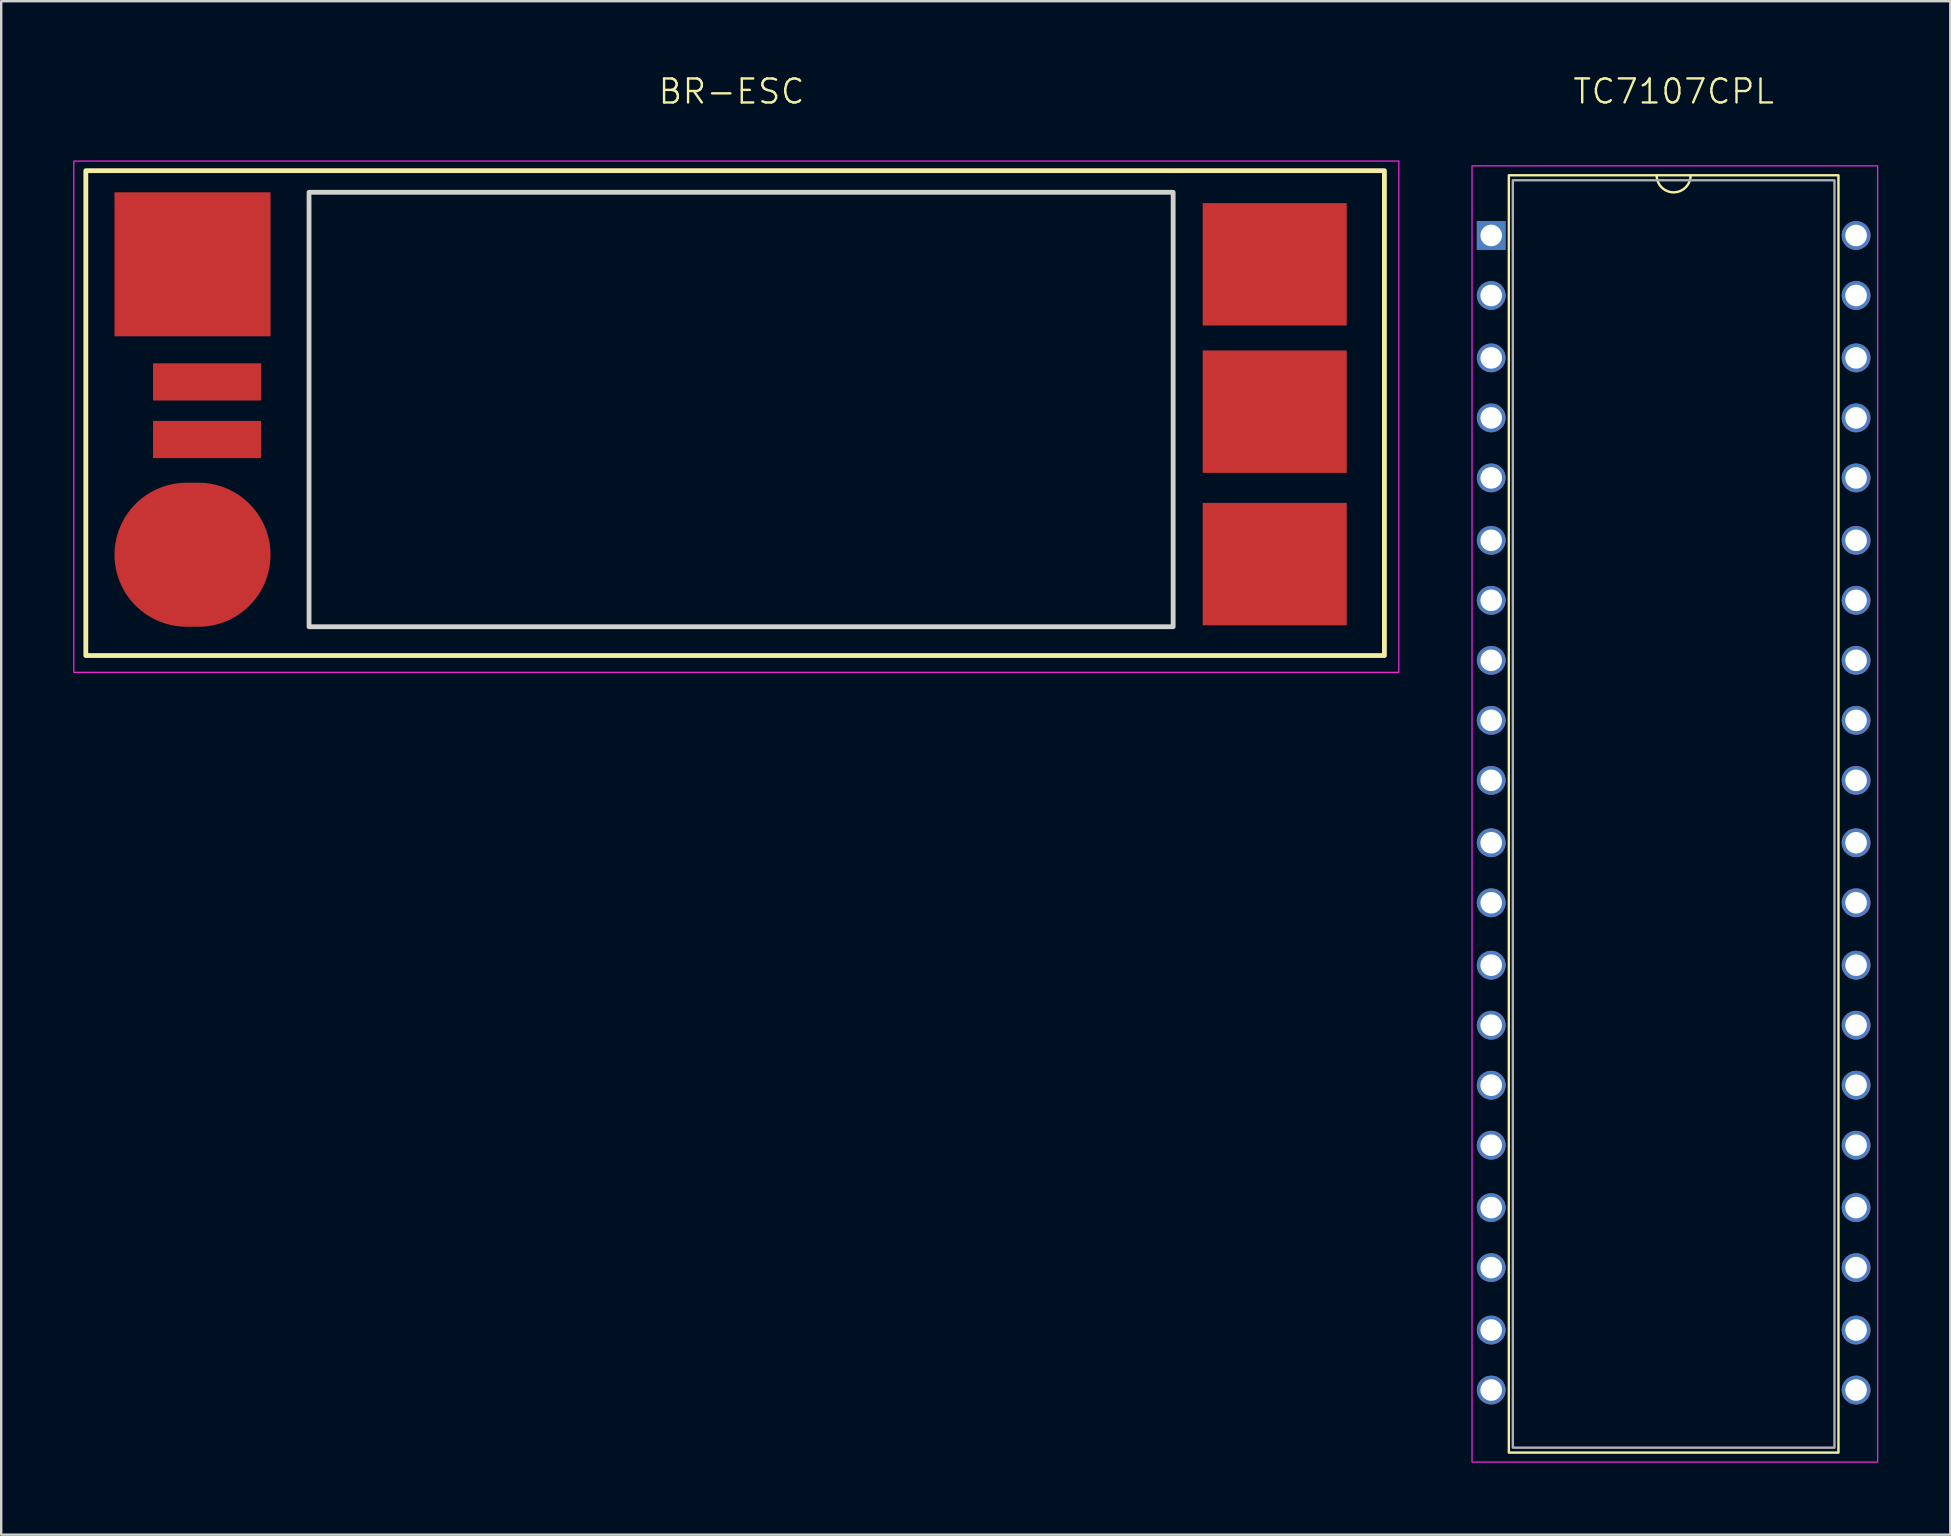
<source format=kicad_pcb>
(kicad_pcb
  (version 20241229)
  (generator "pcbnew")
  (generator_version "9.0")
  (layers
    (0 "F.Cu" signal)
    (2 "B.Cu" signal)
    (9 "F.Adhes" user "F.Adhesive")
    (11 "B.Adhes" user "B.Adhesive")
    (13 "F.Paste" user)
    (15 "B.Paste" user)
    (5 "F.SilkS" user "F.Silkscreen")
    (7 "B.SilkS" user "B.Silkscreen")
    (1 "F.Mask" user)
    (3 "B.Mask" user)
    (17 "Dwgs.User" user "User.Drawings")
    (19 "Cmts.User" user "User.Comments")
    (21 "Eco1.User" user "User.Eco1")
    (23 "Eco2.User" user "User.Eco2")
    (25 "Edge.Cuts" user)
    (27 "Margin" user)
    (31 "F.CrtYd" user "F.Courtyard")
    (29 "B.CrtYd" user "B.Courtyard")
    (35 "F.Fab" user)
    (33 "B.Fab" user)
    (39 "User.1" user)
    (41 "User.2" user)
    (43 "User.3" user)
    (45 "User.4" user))
  (footprint "TC7107CPL"
    (layer "F.Cu")
    (at 66.675 30.86)
    (property "Reference" "TC7107CPL" (at 0 -30.1 0) (unlocked yes) (layer "F.SilkS") (effects (font (size 1 1) (thickness 0.1))))
    (attr through_hole)
    (fp_rect (start -6.866 -26.607) (end 6.866 26.607) (stroke (width 0.1) (type solid)) (fill no) (layer "F.SilkS"))
    (fp_arc (start 0.706495 -26.603798) (mid 0 -25.9) (end -0.706495 -26.603798) (stroke (width 0.1) (type default)) (layer "F.SilkS"))
    (fp_rect (start 8.5 -27) (end -8.4 27) (stroke (width 0.05) (type default)) (fill no) (layer "F.CrtYd"))
    (fp_rect (start -6.7 26.4) (end 6.7 -26.4) (stroke (width 0.1) (type default)) (fill no) (layer "F.Fab"))
    (pad "1" thru_hole rect (at -7.6 -24.1) (size 1.2 1.2) (drill 0.9) (layers "*.Cu" "*.Mask"))
    (pad "2" thru_hole circle (at -7.6 -21.6) (size 1.2 1.2) (drill 0.9) (layers "*.Cu" "*.Mask"))
    (pad "3" thru_hole circle (at -7.6 -19) (size 1.2 1.2) (drill 0.9) (layers "*.Cu" "*.Mask"))
    (pad "4" thru_hole circle (at -7.6 -16.5) (size 1.2 1.2) (drill 0.9) (layers "*.Cu" "*.Mask"))
    (pad "5" thru_hole circle (at -7.6 -14) (size 1.2 1.2) (drill 0.9) (layers "*.Cu" "*.Mask"))
    (pad "6" thru_hole circle (at -7.6 -11.4) (size 1.2 1.2) (drill 0.9) (layers "*.Cu" "*.Mask"))
    (pad "7" thru_hole circle (at -7.6 -8.9) (size 1.2 1.2) (drill 0.9) (layers "*.Cu" "*.Mask"))
    (pad "8" thru_hole circle (at -7.6 -6.4) (size 1.2 1.2) (drill 0.9) (layers "*.Cu" "*.Mask"))
    (pad "9" thru_hole circle (at -7.6 -3.9) (size 1.2 1.2) (drill 0.9) (layers "*.Cu" "*.Mask"))
    (pad "10" thru_hole circle (at -7.6 -1.4) (size 1.2 1.2) (drill 0.9) (layers "*.Cu" "*.Mask"))
    (pad "11" thru_hole circle (at -7.6 1.2) (size 1.2 1.2) (drill 0.9) (layers "*.Cu" "*.Mask"))
    (pad "12" thru_hole circle (at -7.6 3.7) (size 1.2 1.2) (drill 0.9) (layers "*.Cu" "*.Mask"))
    (pad "13" thru_hole circle (at -7.6 6.3) (size 1.2 1.2) (drill 0.9) (layers "*.Cu" "*.Mask"))
    (pad "14" thru_hole circle (at -7.6 8.8) (size 1.2 1.2) (drill 0.9) (layers "*.Cu" "*.Mask"))
    (pad "15" thru_hole circle (at -7.6 11.3) (size 1.2 1.2) (drill 0.9) (layers "*.Cu" "*.Mask"))
    (pad "16" thru_hole circle (at -7.6 13.8) (size 1.2 1.2) (drill 0.9) (layers "*.Cu" "*.Mask"))
    (pad "17" thru_hole circle (at -7.6 16.4) (size 1.2 1.2) (drill 0.9) (layers "*.Cu" "*.Mask"))
    (pad "18" thru_hole circle (at -7.6 18.9) (size 1.2 1.2) (drill 0.9) (layers "*.Cu" "*.Mask"))
    (pad "19" thru_hole circle (at -7.6 21.5) (size 1.2 1.2) (drill 0.9) (layers "*.Cu" "*.Mask"))
    (pad "20" thru_hole circle (at -7.6 24) (size 1.2 1.2) (drill 0.9) (layers "*.Cu" "*.Mask"))
    (pad "21" thru_hole circle (at 7.6 24) (size 1.2 1.2) (drill 0.9) (layers "*.Cu" "*.Mask"))
    (pad "22" thru_hole circle (at 7.6 21.5) (size 1.2 1.2) (drill 0.9) (layers "*.Cu" "*.Mask"))
    (pad "23" thru_hole circle (at 7.6 18.9) (size 1.2 1.2) (drill 0.9) (layers "*.Cu" "*.Mask"))
    (pad "24" thru_hole circle (at 7.6 16.4) (size 1.2 1.2) (drill 0.9) (layers "*.Cu" "*.Mask"))
    (pad "25" thru_hole circle (at 7.6 13.8) (size 1.2 1.2) (drill 0.9) (layers "*.Cu" "*.Mask"))
    (pad "26" thru_hole circle (at 7.6 11.3) (size 1.2 1.2) (drill 0.9) (layers "*.Cu" "*.Mask"))
    (pad "27" thru_hole circle (at 7.6 8.8) (size 1.2 1.2) (drill 0.9) (layers "*.Cu" "*.Mask"))
    (pad "28" thru_hole circle (at 7.6 6.3) (size 1.2 1.2) (drill 0.9) (layers "*.Cu" "*.Mask"))
    (pad "29" thru_hole circle (at 7.6 3.7) (size 1.2 1.2) (drill 0.9) (layers "*.Cu" "*.Mask"))
    (pad "30" thru_hole circle (at 7.6 1.2) (size 1.2 1.2) (drill 0.9) (layers "*.Cu" "*.Mask"))
    (pad "31" thru_hole circle (at 7.6 -1.4) (size 1.2 1.2) (drill 0.9) (layers "*.Cu" "*.Mask"))
    (pad "32" thru_hole circle (at 7.6 -3.9) (size 1.2 1.2) (drill 0.9) (layers "*.Cu" "*.Mask"))
    (pad "33" thru_hole circle (at 7.6 -6.4) (size 1.2 1.2) (drill 0.9) (layers "*.Cu" "*.Mask"))
    (pad "34" thru_hole circle (at 7.6 -8.9) (size 1.2 1.2) (drill 0.9) (layers "*.Cu" "*.Mask"))
    (pad "35" thru_hole circle (at 7.6 -11.4) (size 1.2 1.2) (drill 0.9) (layers "*.Cu" "*.Mask"))
    (pad "36" thru_hole circle (at 7.6 -14) (size 1.2 1.2) (drill 0.9) (layers "*.Cu" "*.Mask"))
    (pad "37" thru_hole circle (at 7.6 -16.5) (size 1.2 1.2) (drill 0.9) (layers "*.Cu" "*.Mask"))
    (pad "38" thru_hole circle (at 7.6 -19) (size 1.2 1.2) (drill 0.9) (layers "*.Cu" "*.Mask"))
    (pad "39" thru_hole circle (at 7.6 -21.6) (size 1.2 1.2) (drill 0.9) (layers "*.Cu" "*.Mask"))
    (pad "40" thru_hole circle (at 7.6 -24.1) (size 1.2 1.2) (drill 0.9) (layers "*.Cu" "*.Mask")))
  (footprint "BR-ESC"
    (layer "F.Cu")
    (at 0.525 24.261)
    (property "Reference" "BR-ESC" (at 26.9 -23.5 0) (unlocked yes) (layer "F.SilkS") (effects (font (size 1 1) (thickness 0.1))))
    (attr through_hole)
    (fp_rect (start 0 -20.2) (end 54.1 0) (stroke (width 0.2) (type default)) (fill no) (layer "F.SilkS"))
    (fp_rect (start 9.3 -19.3) (end 45.3 -1.2) (stroke (width 0.2) (type default)) (fill no) (layer "Edge.Cuts"))
    (fp_rect (start 54.7 0.7) (end -0.5 -20.6) (stroke (width 0.05) (type default)) (fill no) (layer "F.CrtYd"))
    (pad "1" smd rect (at 4.445 -16.3) (size 6.5 6) (layers "F.Cu" "F.Mask" "F.Paste"))
    (pad "2" smd oval (at 4.445 -4.2) (size 6.5 6) (layers "F.Cu" "F.Mask" "F.Paste"))
    (pad "3" smd rect (at 5.05 -11.4) (size 4.5 1.55) (layers "F.Cu" "F.Mask" "F.Paste"))
    (pad "4" smd rect (at 5.05 -9) (size 4.5 1.55) (layers "F.Cu" "F.Mask" "F.Paste"))
    (pad "5" smd rect (at 49.53 -16.3) (size 6 5.1) (layers "F.Cu" "F.Mask" "F.Paste"))
    (pad "6" smd rect (at 49.53 -10.16) (size 6 5.1) (layers "F.Cu" "F.Mask" "F.Paste"))
    (pad "7" smd rect (at 49.53 -3.81) (size 6 5.1) (layers "F.Cu" "F.Mask" "F.Paste")))
  (gr_rect
    (start -3 -3)
    (end 78.2 60.886)
    (stroke (width 0.1) (type default))
    (fill no)
    (layer "Edge.Cuts")))
</source>
